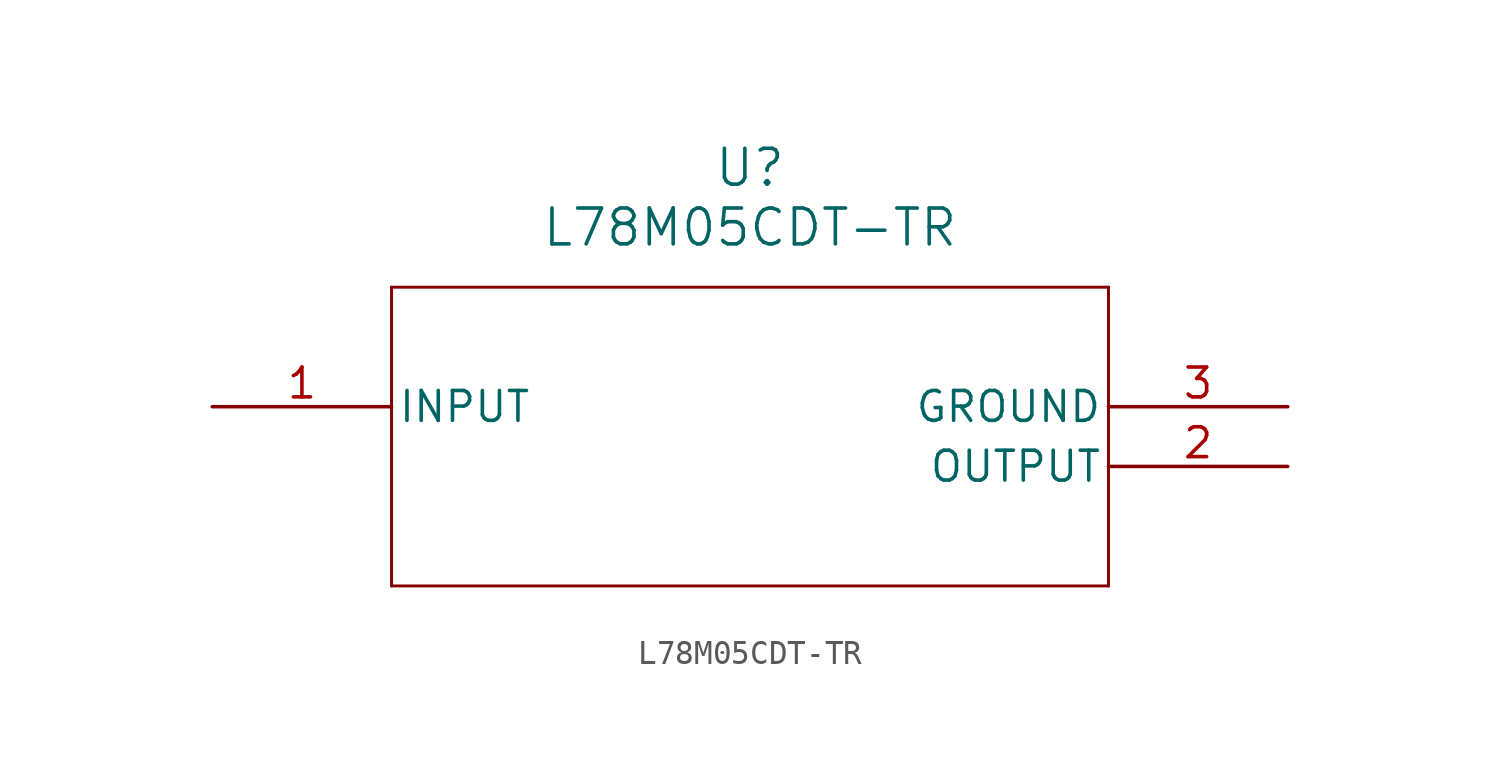
<source format=kicad_sym>
(kicad_symbol_lib
  (version 20211014)
  (generator kicad_symbol_editor)
  (symbol "L78M05CDT-TR"
    (pin_names
      (offset 0.254))
    (property "Reference" "U"
      (at 22.86 10.16 0)
      (effects (font (size 1.524 1.524))))
    (property "Value" "L78M05CDT-TR"
      (at 22.86 7.62 0)
      (effects (font (size 1.524 1.524))))
    (symbol "L78M05CDT-TR_0_1"
      (polyline (pts (xy 7.62 5.08) (xy 7.62 -7.62)) (stroke (width 0.127) (type default) (color 0 0 0 0)) (fill (type none)))
      (polyline (pts (xy 7.62 -7.62) (xy 38.1 -7.62)) (stroke (width 0.127) (type default) (color 0 0 0 0)) (fill (type none)))
      (polyline (pts (xy 38.1 -7.62) (xy 38.1 5.08)) (stroke (width 0.127) (type default) (color 0 0 0 0)) (fill (type none)))
      (polyline (pts (xy 38.1 5.08) (xy 7.62 5.08)) (stroke (width 0.127) (type default) (color 0 0 0 0)) (fill (type none)))
      (pin input line (at 0 0 0) (length 7.62) (name "INPUT" (effects (font (size 1.27 1.27)))) (number "1" (effects (font (size 1.27 1.27)))))
      (pin output line (at 45.72 -2.54 180) (length 7.62) (name "OUTPUT" (effects (font (size 1.27 1.27)))) (number "2" (effects (font (size 1.27 1.27)))))
      (pin power_out line (at 45.72 0 180) (length 7.62) (name "GROUND" (effects (font (size 1.27 1.27)))) (number "3" (effects (font (size 1.27 1.27))))))))
</source>
